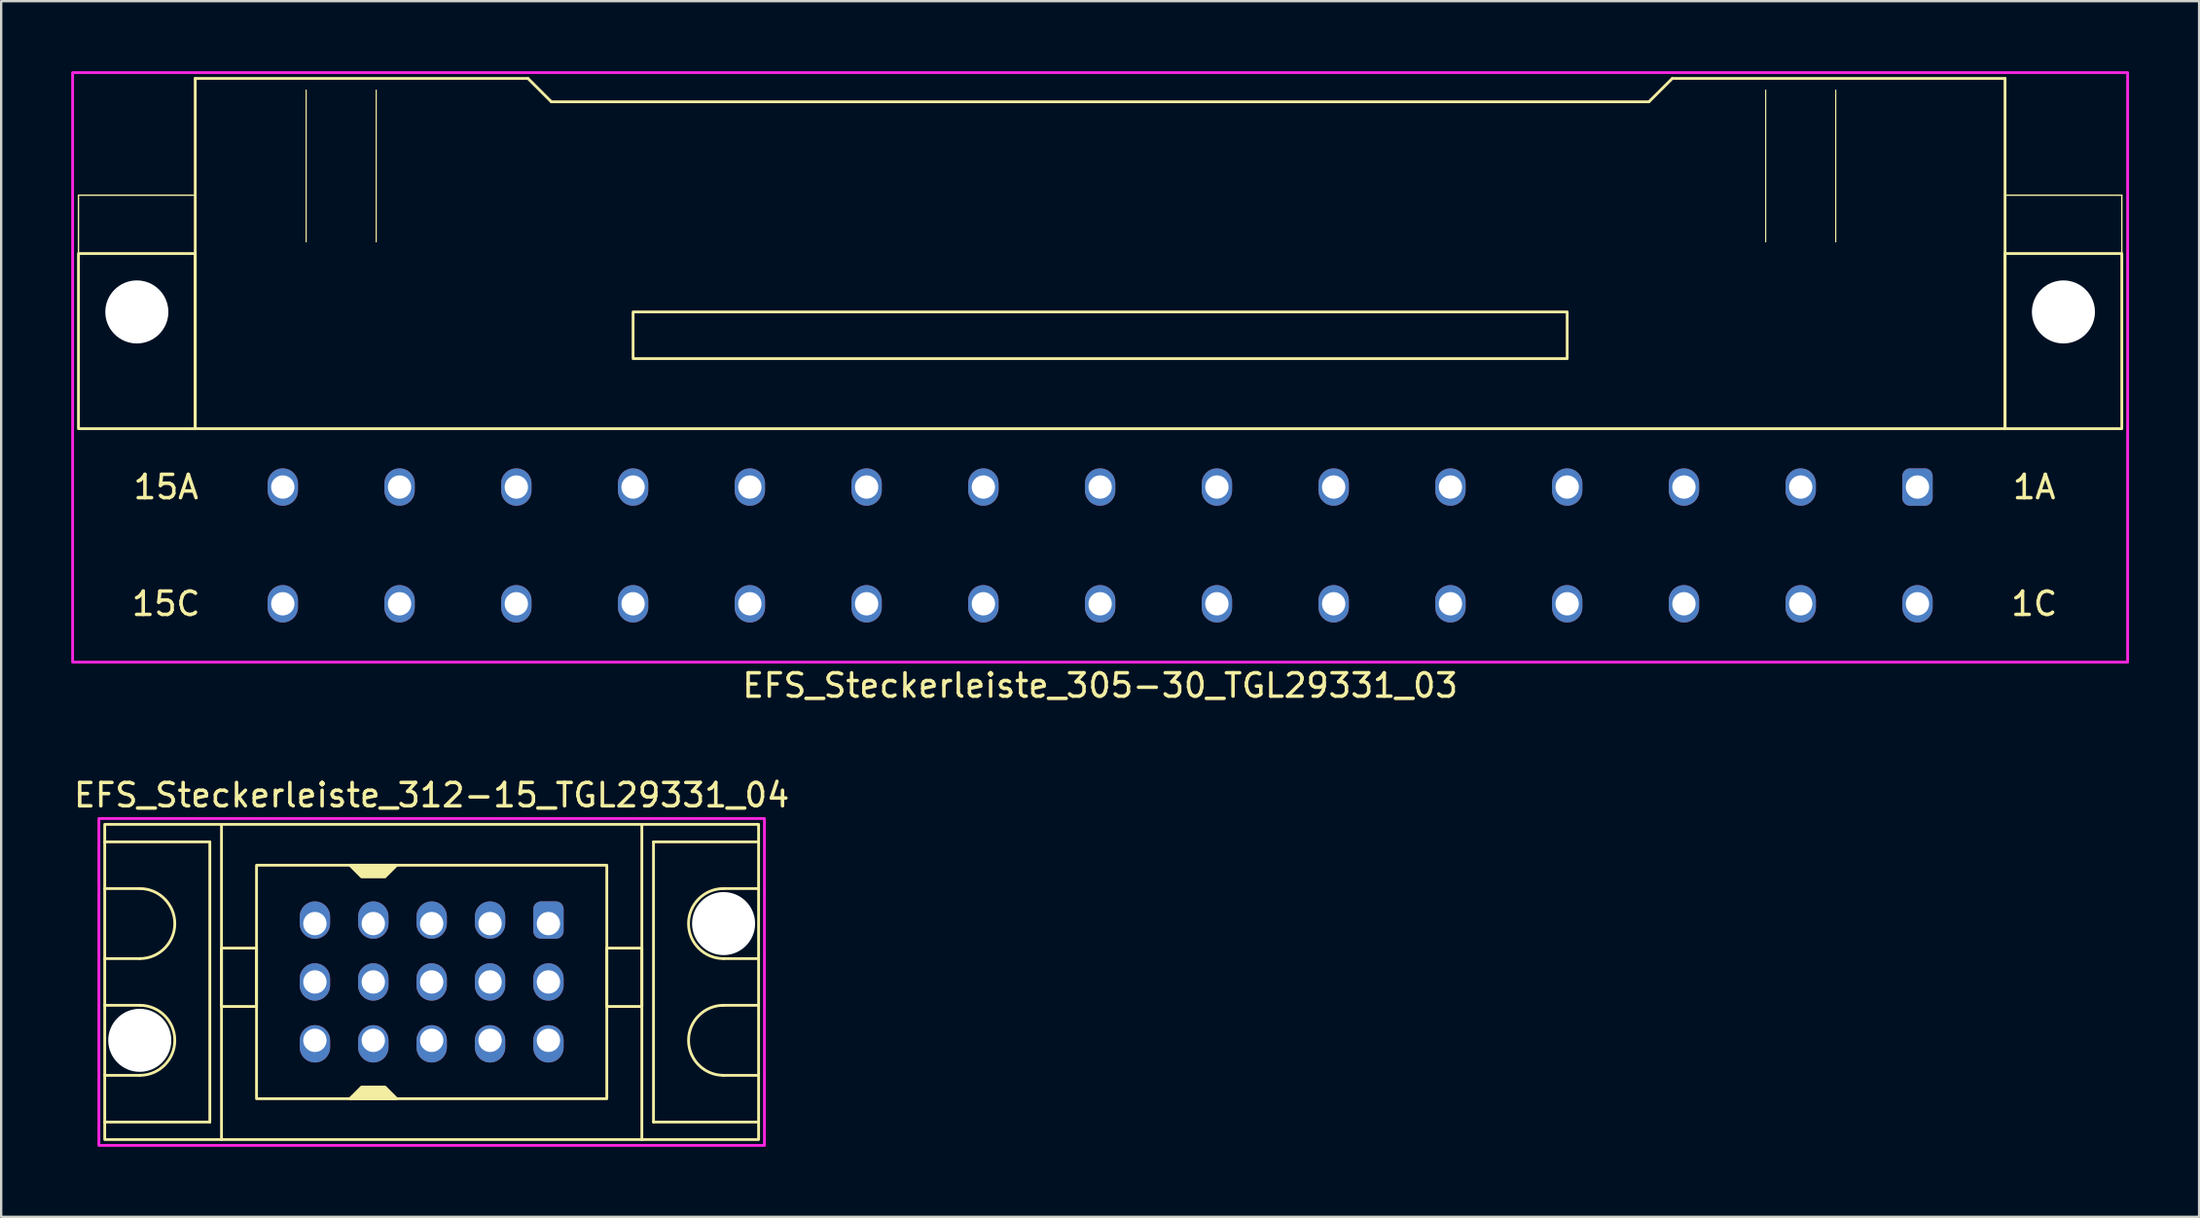
<source format=kicad_pcb>
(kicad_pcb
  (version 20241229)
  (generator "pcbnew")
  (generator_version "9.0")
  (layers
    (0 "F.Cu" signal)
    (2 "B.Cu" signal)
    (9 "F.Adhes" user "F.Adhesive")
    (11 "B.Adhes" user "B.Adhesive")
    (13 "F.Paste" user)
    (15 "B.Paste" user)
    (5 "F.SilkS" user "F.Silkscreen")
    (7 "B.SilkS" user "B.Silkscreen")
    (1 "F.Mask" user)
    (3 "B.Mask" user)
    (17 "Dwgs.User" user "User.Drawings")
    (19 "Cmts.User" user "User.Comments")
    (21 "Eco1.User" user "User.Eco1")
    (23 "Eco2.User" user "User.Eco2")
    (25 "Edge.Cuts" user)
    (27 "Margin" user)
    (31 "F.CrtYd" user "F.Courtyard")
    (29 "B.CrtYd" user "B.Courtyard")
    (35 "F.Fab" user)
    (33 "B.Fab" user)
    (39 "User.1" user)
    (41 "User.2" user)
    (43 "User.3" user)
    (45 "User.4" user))
  (footprint "EFS_Steckerleiste_312-15_TGL29331_04"
    (layer "F.Cu")
    (at 15.435 39.007)
    (property "Reference" "EFS_Steckerleiste_312-15_TGL29331_04" (at 0 -8 180) (layer "F.SilkS") (effects (font (size 1 1) (thickness 0.15))))
    (attr through_hole)
    (fp_line (start -14 -6) (end -9.5 -6) (stroke (width 0.12) (type solid)) (layer "F.SilkS"))
    (fp_line (start -12.5 -4) (end -14 -4) (stroke (width 0.12) (type solid)) (layer "F.SilkS"))
    (fp_line (start -12.5 -1) (end -14 -1) (stroke (width 0.12) (type solid)) (layer "F.SilkS"))
    (fp_line (start -12.5 1) (end -14 1) (stroke (width 0.12) (type solid)) (layer "F.SilkS"))
    (fp_line (start -12.5 4) (end -14 4) (stroke (width 0.12) (type solid)) (layer "F.SilkS"))
    (fp_line (start -9.5 -6) (end -9.5 6) (stroke (width 0.12) (type solid)) (layer "F.SilkS"))
    (fp_line (start -9.5 6) (end -14 6) (stroke (width 0.12) (type solid)) (layer "F.SilkS"))
    (fp_line (start -9 6.75) (end -9 -6.75) (stroke (width 0.12) (type solid)) (layer "F.SilkS"))
    (fp_line (start 9 6.75) (end 9 -6.75) (stroke (width 0.12) (type solid)) (layer "F.SilkS"))
    (fp_line (start 9.5 -6) (end 9.5 6) (stroke (width 0.12) (type solid)) (layer "F.SilkS"))
    (fp_line (start 9.5 6) (end 14 6) (stroke (width 0.12) (type solid)) (layer "F.SilkS"))
    (fp_line (start 12.5 -4) (end 14 -4) (stroke (width 0.12) (type solid)) (layer "F.SilkS"))
    (fp_line (start 12.5 -1) (end 14 -1) (stroke (width 0.12) (type solid)) (layer "F.SilkS"))
    (fp_line (start 12.5 1) (end 14 1) (stroke (width 0.12) (type solid)) (layer "F.SilkS"))
    (fp_line (start 12.5 4) (end 14 4) (stroke (width 0.12) (type solid)) (layer "F.SilkS"))
    (fp_line (start 14 -6) (end 9.5 -6) (stroke (width 0.12) (type solid)) (layer "F.SilkS"))
    (fp_rect (start -14 -6.75) (end 14 6.75) (stroke (width 0.12) (type solid)) (fill no) (layer "F.SilkS"))
    (fp_rect (start -7.5 -5) (end 7.5 5) (stroke (width 0.12) (type solid)) (fill no) (layer "F.SilkS"))
    (fp_rect (start -7.5 -1.45) (end -9 1.05) (stroke (width 0.12) (type solid)) (fill no) (layer "F.SilkS"))
    (fp_rect (start 9 -1.45) (end 7.5 1.05) (stroke (width 0.12) (type solid)) (fill no) (layer "F.SilkS"))
    (fp_arc (start -12.5 -4) (mid -11 -2.5) (end -12.5 -1) (stroke (width 0.12) (type solid)) (layer "F.SilkS"))
    (fp_arc (start -12.5 1) (mid -11 2.5) (end -12.5 4) (stroke (width 0.12) (type solid)) (layer "F.SilkS"))
    (fp_arc (start 12.5 -1) (mid 11 -2.5) (end 12.5 -4) (stroke (width 0.12) (type solid)) (layer "F.SilkS"))
    (fp_arc (start 12.5 4) (mid 11 2.5) (end 12.5 1) (stroke (width 0.12) (type solid)) (layer "F.SilkS"))
    (fp_poly (pts (xy -3 4.5) (xy -2 4.5) (xy -1.5 5) (xy -3.5 5)) (stroke (width 0.12) (type solid)) (fill yes) (layer "F.SilkS"))
    (fp_poly (pts (xy -2 -4.5) (xy -3 -4.5) (xy -3.5 -5) (xy -1.5 -5)) (stroke (width 0.12) (type solid)) (fill yes) (layer "F.SilkS"))
    (fp_rect (start -14.25 -7) (end 14.25 7) (stroke (width 0.12) (type solid)) (fill no) (layer "F.CrtYd"))
    (pad "" np_thru_hole circle (at -12.5 2.5) (size 2.7 2.7) (drill 2.7) (layers "*.Cu" "*.Mask"))
    (pad "" np_thru_hole circle (at 12.5 -2.5) (size 2.7 2.7) (drill 2.7) (layers "*.Cu" "*.Mask"))
    (pad "1a" thru_hole roundrect (at 5 -2.5) (size 1.3 1.6) (drill 1 (offset 0 -0.15)) (layers "*.Cu" "*.Mask") (roundrect_rratio 0.25))
    (pad "1b" thru_hole oval (at 5 0 180) (size 1.3 1.6) (drill 1) (layers "*.Cu" "*.Mask"))
    (pad "1c" thru_hole oval (at 5 2.5) (size 1.3 1.6) (drill 1 (offset 0 0.15)) (layers "*.Cu" "*.Mask"))
    (pad "2a" thru_hole oval (at 2.5 -2.5) (size 1.3 1.6) (drill 1 (offset 0 -0.15)) (layers "*.Cu" "*.Mask"))
    (pad "2b" thru_hole oval (at 2.5 0 180) (size 1.3 1.6) (drill 1) (layers "*.Cu" "*.Mask"))
    (pad "2c" thru_hole oval (at 2.5 2.5) (size 1.3 1.6) (drill 1 (offset 0 0.15)) (layers "*.Cu" "*.Mask"))
    (pad "3a" thru_hole oval (at 0 -2.5) (size 1.3 1.6) (drill 1 (offset 0 -0.15)) (layers "*.Cu" "*.Mask"))
    (pad "3b" thru_hole oval (at 0 0 180) (size 1.3 1.6) (drill 1) (layers "*.Cu" "*.Mask"))
    (pad "3c" thru_hole oval (at 0 2.5) (size 1.3 1.6) (drill 1 (offset 0 0.15)) (layers "*.Cu" "*.Mask"))
    (pad "4a" thru_hole oval (at -2.5 -2.5) (size 1.3 1.6) (drill 1 (offset 0 -0.15)) (layers "*.Cu" "*.Mask"))
    (pad "4b" thru_hole oval (at -2.5 0 180) (size 1.3 1.6) (drill 1) (layers "*.Cu" "*.Mask"))
    (pad "4c" thru_hole oval (at -2.5 2.5) (size 1.3 1.6) (drill 1 (offset 0 0.15)) (layers "*.Cu" "*.Mask"))
    (pad "5a" thru_hole oval (at -5 -2.5) (size 1.3 1.6) (drill 1 (offset 0 -0.15)) (layers "*.Cu" "*.Mask"))
    (pad "5b" thru_hole oval (at -5 0 180) (size 1.3 1.6) (drill 1) (layers "*.Cu" "*.Mask"))
    (pad "5c" thru_hole oval (at -5 2.5) (size 1.3 1.6) (drill 1 (offset 0 0.15)) (layers "*.Cu" "*.Mask")))
  (footprint "EFS_Steckerleiste_305-30_TGL29331_03"
    (layer "F.Cu")
    (at 44.06 5.31)
    (property "Reference" "EFS_Steckerleiste_305-30_TGL29331_03" (at 0 21 180) (layer "F.SilkS") (effects (font (size 1 1) (thickness 0.15))))
    (attr through_hole)
    (fp_line (start -43.75 0) (end -43.75 2.5) (stroke (width 0.06) (type solid)) (layer "F.SilkS"))
    (fp_line (start -38.75 -5) (end -38.75 10) (stroke (width 0.12) (type solid)) (layer "F.SilkS"))
    (fp_line (start -38.75 -5) (end -24.5 -5) (stroke (width 0.12) (type solid)) (layer "F.SilkS"))
    (fp_line (start -38.75 0) (end -43.75 0) (stroke (width 0.06) (type solid)) (layer "F.SilkS"))
    (fp_line (start -38.75 10) (end 38.75 10) (stroke (width 0.12) (type solid)) (layer "F.SilkS"))
    (fp_line (start -34 -4.5) (end -34 2) (stroke (width 0.05) (type solid)) (layer "F.SilkS"))
    (fp_line (start -31 -4.5) (end -31 2) (stroke (width 0.05) (type solid)) (layer "F.SilkS"))
    (fp_line (start -24.5 -5) (end -23.5 -4) (stroke (width 0.12) (type solid)) (layer "F.SilkS"))
    (fp_line (start -23.5 -4) (end 23.5 -4) (stroke (width 0.12) (type solid)) (layer "F.SilkS"))
    (fp_line (start 24.5 -5) (end 23.5 -4) (stroke (width 0.12) (type solid)) (layer "F.SilkS"))
    (fp_line (start 28.5 -4.5) (end 28.5 2) (stroke (width 0.05) (type solid)) (layer "F.SilkS"))
    (fp_line (start 31.5 -4.5) (end 31.5 2) (stroke (width 0.05) (type solid)) (layer "F.SilkS"))
    (fp_line (start 38.75 -5) (end 24.5 -5) (stroke (width 0.12) (type solid)) (layer "F.SilkS"))
    (fp_line (start 38.75 10) (end 38.75 -5) (stroke (width 0.12) (type solid)) (layer "F.SilkS"))
    (fp_line (start 43.75 0) (end 38.75 0) (stroke (width 0.06) (type solid)) (layer "F.SilkS"))
    (fp_line (start 43.75 0) (end 43.75 2.5) (stroke (width 0.06) (type solid)) (layer "F.SilkS"))
    (fp_rect (start -38.75 10) (end -43.75 2.5) (stroke (width 0.12) (type solid)) (fill no) (layer "F.SilkS"))
    (fp_rect (start -20 7) (end 20 5) (stroke (width 0.12) (type solid)) (fill no) (layer "F.SilkS"))
    (fp_rect (start 43.75 10) (end 38.75 2.5) (stroke (width 0.12) (type solid)) (fill no) (layer "F.SilkS"))
    (fp_rect (start -44 -5.25) (end 44 20) (stroke (width 0.12) (type solid)) (fill no) (layer "F.CrtYd"))
    (fp_text user "1A" (at 40 12.5 0) (layer "F.SilkS") (effects (font (size 1 1) (thickness 0.15))))
    (fp_text user "1C" (at 40 17.5 0) (layer "F.SilkS") (effects (font (size 1 1) (thickness 0.15))))
    (fp_text user "15C" (at -40 17.5 0) (layer "F.SilkS") (effects (font (size 1 1) (thickness 0.15))))
    (fp_text user "15A" (at -40 12.5 0) (layer "F.SilkS") (effects (font (size 1 1) (thickness 0.15))))
    (pad "" np_thru_hole circle (at -41.25 5) (size 2.7 2.7) (drill 2.7) (layers "*.Cu" "*.Mask"))
    (pad "" np_thru_hole circle (at 41.25 5) (size 2.7 2.7) (drill 2.7) (layers "*.Cu" "*.Mask"))
    (pad "1a" thru_hole roundrect (at 35 12.5) (size 1.3 1.6) (drill 1) (layers "*.Cu" "*.Mask") (roundrect_rratio 0.25))
    (pad "1c" thru_hole oval (at 35 17.5) (size 1.3 1.6) (drill 1) (layers "*.Cu" "*.Mask"))
    (pad "2a" thru_hole oval (at 30 12.5) (size 1.3 1.6) (drill 1) (layers "*.Cu" "*.Mask"))
    (pad "2c" thru_hole oval (at 30 17.5) (size 1.3 1.6) (drill 1) (layers "*.Cu" "*.Mask"))
    (pad "3a" thru_hole oval (at 25 12.5) (size 1.3 1.6) (drill 1) (layers "*.Cu" "*.Mask"))
    (pad "3c" thru_hole oval (at 25 17.5) (size 1.3 1.6) (drill 1) (layers "*.Cu" "*.Mask"))
    (pad "4a" thru_hole oval (at 20 12.5) (size 1.3 1.6) (drill 1) (layers "*.Cu" "*.Mask"))
    (pad "4c" thru_hole oval (at 20 17.5) (size 1.3 1.6) (drill 1) (layers "*.Cu" "*.Mask"))
    (pad "5a" thru_hole oval (at 15 12.5) (size 1.3 1.6) (drill 1) (layers "*.Cu" "*.Mask"))
    (pad "5c" thru_hole oval (at 15 17.5) (size 1.3 1.6) (drill 1) (layers "*.Cu" "*.Mask"))
    (pad "6a" thru_hole oval (at 10 12.5) (size 1.3 1.6) (drill 1) (layers "*.Cu" "*.Mask"))
    (pad "6c" thru_hole oval (at 10 17.5) (size 1.3 1.6) (drill 1) (layers "*.Cu" "*.Mask"))
    (pad "7a" thru_hole oval (at 5 12.5) (size 1.3 1.6) (drill 1) (layers "*.Cu" "*.Mask"))
    (pad "7c" thru_hole oval (at 5 17.5) (size 1.3 1.6) (drill 1) (layers "*.Cu" "*.Mask"))
    (pad "8a" thru_hole oval (at 0 12.5) (size 1.3 1.6) (drill 1) (layers "*.Cu" "*.Mask"))
    (pad "8c" thru_hole oval (at 0 17.5) (size 1.3 1.6) (drill 1) (layers "*.Cu" "*.Mask"))
    (pad "9a" thru_hole oval (at -5 12.5) (size 1.3 1.6) (drill 1) (layers "*.Cu" "*.Mask"))
    (pad "9c" thru_hole oval (at -5 17.5) (size 1.3 1.6) (drill 1) (layers "*.Cu" "*.Mask"))
    (pad "10a" thru_hole oval (at -10 12.5) (size 1.3 1.6) (drill 1) (layers "*.Cu" "*.Mask"))
    (pad "10c" thru_hole oval (at -10 17.5) (size 1.3 1.6) (drill 1) (layers "*.Cu" "*.Mask"))
    (pad "11a" thru_hole oval (at -15 12.5) (size 1.3 1.6) (drill 1) (layers "*.Cu" "*.Mask"))
    (pad "11c" thru_hole oval (at -15 17.5) (size 1.3 1.6) (drill 1) (layers "*.Cu" "*.Mask"))
    (pad "12a" thru_hole oval (at -20 12.5) (size 1.3 1.6) (drill 1) (layers "*.Cu" "*.Mask"))
    (pad "12c" thru_hole oval (at -20 17.5) (size 1.3 1.6) (drill 1) (layers "*.Cu" "*.Mask"))
    (pad "13a" thru_hole oval (at -25 12.5) (size 1.3 1.6) (drill 1) (layers "*.Cu" "*.Mask"))
    (pad "13c" thru_hole oval (at -25 17.5) (size 1.3 1.6) (drill 1) (layers "*.Cu" "*.Mask"))
    (pad "14a" thru_hole oval (at -30 12.5) (size 1.3 1.6) (drill 1) (layers "*.Cu" "*.Mask"))
    (pad "14c" thru_hole oval (at -30 17.5) (size 1.3 1.6) (drill 1) (layers "*.Cu" "*.Mask"))
    (pad "15a" thru_hole oval (at -35 12.5) (size 1.3 1.6) (drill 1) (layers "*.Cu" "*.Mask"))
    (pad "15c" thru_hole oval (at -35 17.5) (size 1.3 1.6) (drill 1) (layers "*.Cu" "*.Mask")))
  (gr_rect
    (start -3 -3)
    (end 91.12 49.066)
    (stroke (width 0.1) (type default))
    (fill no)
    (layer "Edge.Cuts")))
</source>
